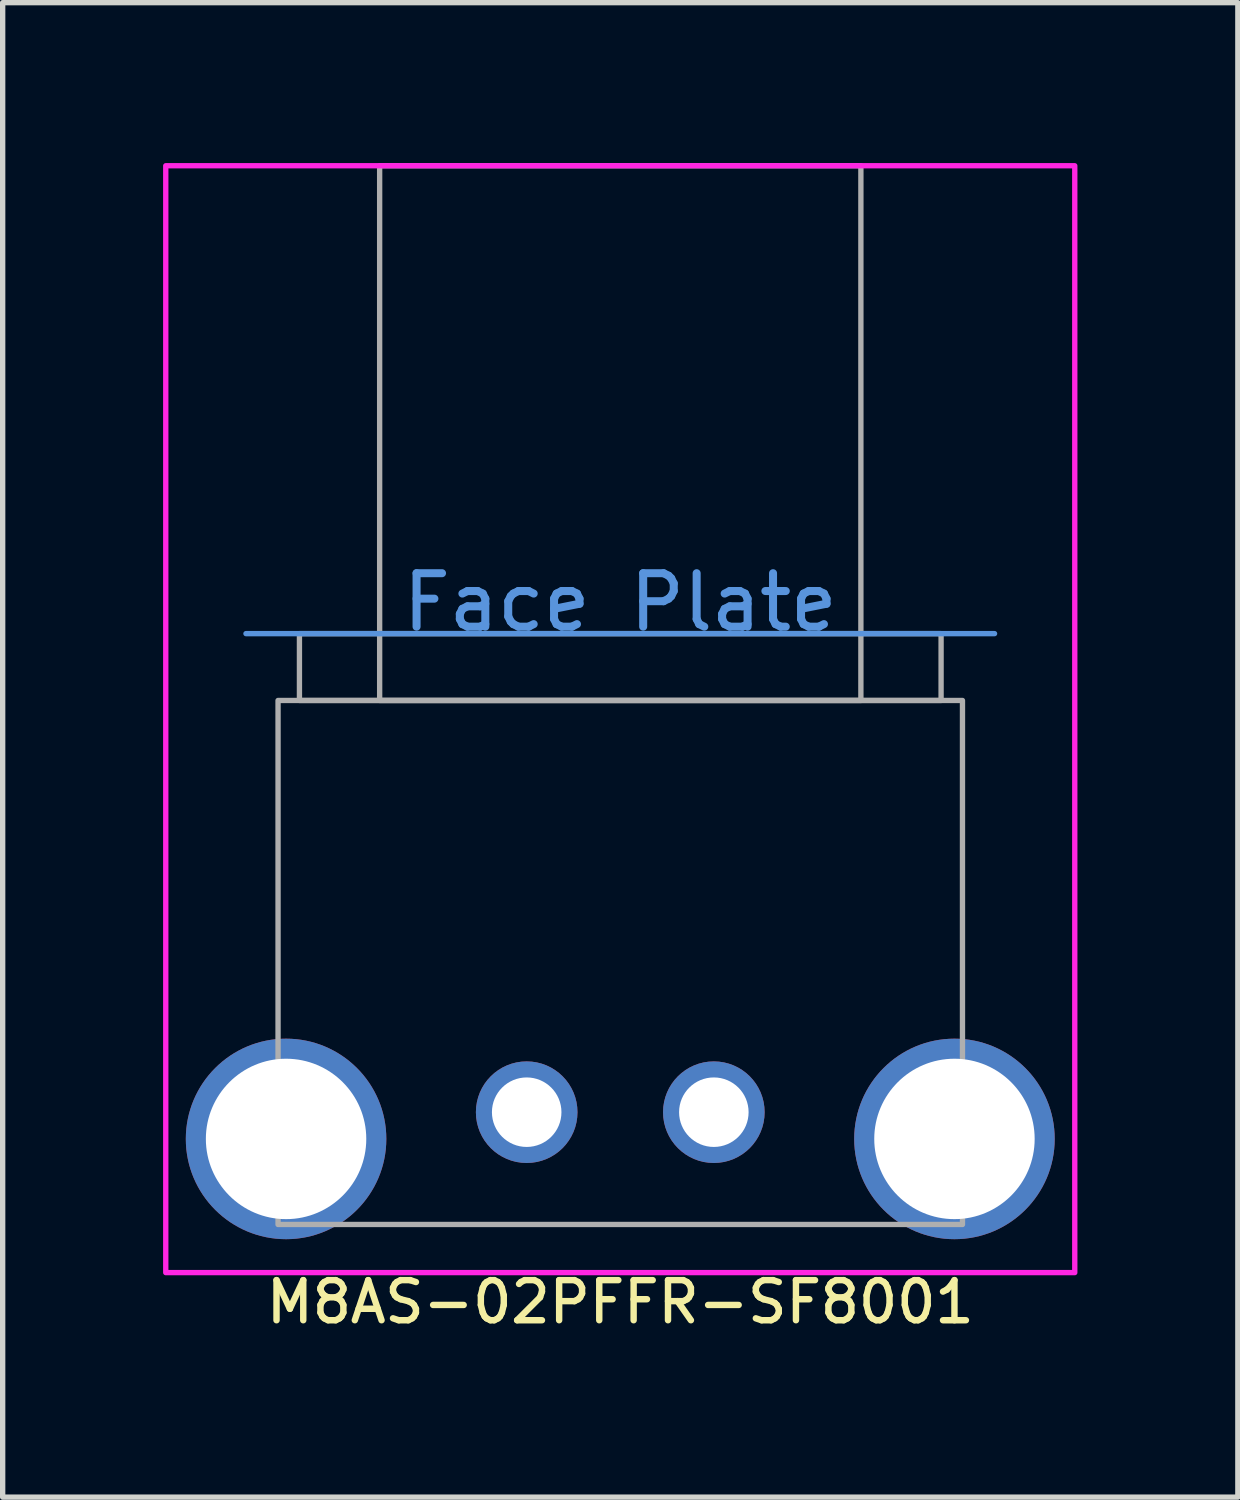
<source format=kicad_pcb>
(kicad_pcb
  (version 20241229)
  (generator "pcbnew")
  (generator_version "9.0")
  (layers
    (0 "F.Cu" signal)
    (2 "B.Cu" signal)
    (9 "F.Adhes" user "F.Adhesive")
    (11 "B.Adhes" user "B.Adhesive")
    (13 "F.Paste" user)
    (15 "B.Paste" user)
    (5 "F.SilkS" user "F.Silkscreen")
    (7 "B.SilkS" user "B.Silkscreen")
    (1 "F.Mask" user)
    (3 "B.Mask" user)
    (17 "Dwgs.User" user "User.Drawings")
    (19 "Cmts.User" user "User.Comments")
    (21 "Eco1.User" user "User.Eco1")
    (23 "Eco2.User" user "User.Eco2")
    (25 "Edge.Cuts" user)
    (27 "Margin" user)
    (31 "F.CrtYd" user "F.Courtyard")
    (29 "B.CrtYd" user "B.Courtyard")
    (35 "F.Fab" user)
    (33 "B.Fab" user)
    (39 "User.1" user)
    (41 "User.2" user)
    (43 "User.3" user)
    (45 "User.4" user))
  (footprint "M8AS-02PFFR-SF8001"
    (layer "F.Cu")
    (at 8.55 18.25)
    (property "Reference" "M8AS-02PFFR-SF8001" (at 0 3.05 0) (unlocked yes) (layer "F.SilkS") (effects (font (size 0.75 0.75) (thickness 0.12))))
    (attr through_hole)
    (fp_line (start -7 -9.45) (end 7 -9.45) (stroke (width 0.1) (type default)) (layer "Cmts.User"))
    (fp_rect (start -8.5 -18.2) (end 8.5 2.5) (stroke (width 0.1) (type default)) (fill no) (layer "F.CrtYd"))
    (fp_rect (start -6.4 -8.2) (end 6.4 1.6) (stroke (width 0.1) (type default)) (fill no) (layer "F.Fab"))
    (fp_rect (start -6 -9.45) (end 6 -8.2) (stroke (width 0.1) (type default)) (fill no) (layer "F.Fab"))
    (fp_rect (start -4.5 -18.2) (end 4.5 -8.2) (stroke (width 0.1) (type default)) (fill no) (layer "F.Fab"))
    (fp_text user "Face Plate" (at 0 -9.45 0) (layer "Cmts.User") (effects (font (size 1 1) (thickness 0.15)) (justify bottom)))
    (pad "1" thru_hole circle (at -1.75 -0.5) (size 1.9 1.9) (drill 1.3) (layers "*.Cu" "*.Mask"))
    (pad "2" thru_hole circle (at 1.75 -0.5) (size 1.9 1.9) (drill 1.3) (layers "*.Cu" "*.Mask"))
    (pad "S1" thru_hole circle (at -6.25 0) (size 3.75 3.75) (drill 3) (layers "*.Cu" "*.Mask"))
    (pad "S2" thru_hole circle (at 6.25 0) (size 3.75 3.75) (drill 3) (layers "*.Cu" "*.Mask")))
  (gr_rect
    (start -3 -3)
    (end 20.1 24.949)
    (stroke (width 0.1) (type default))
    (fill no)
    (layer "Edge.Cuts")))
</source>
